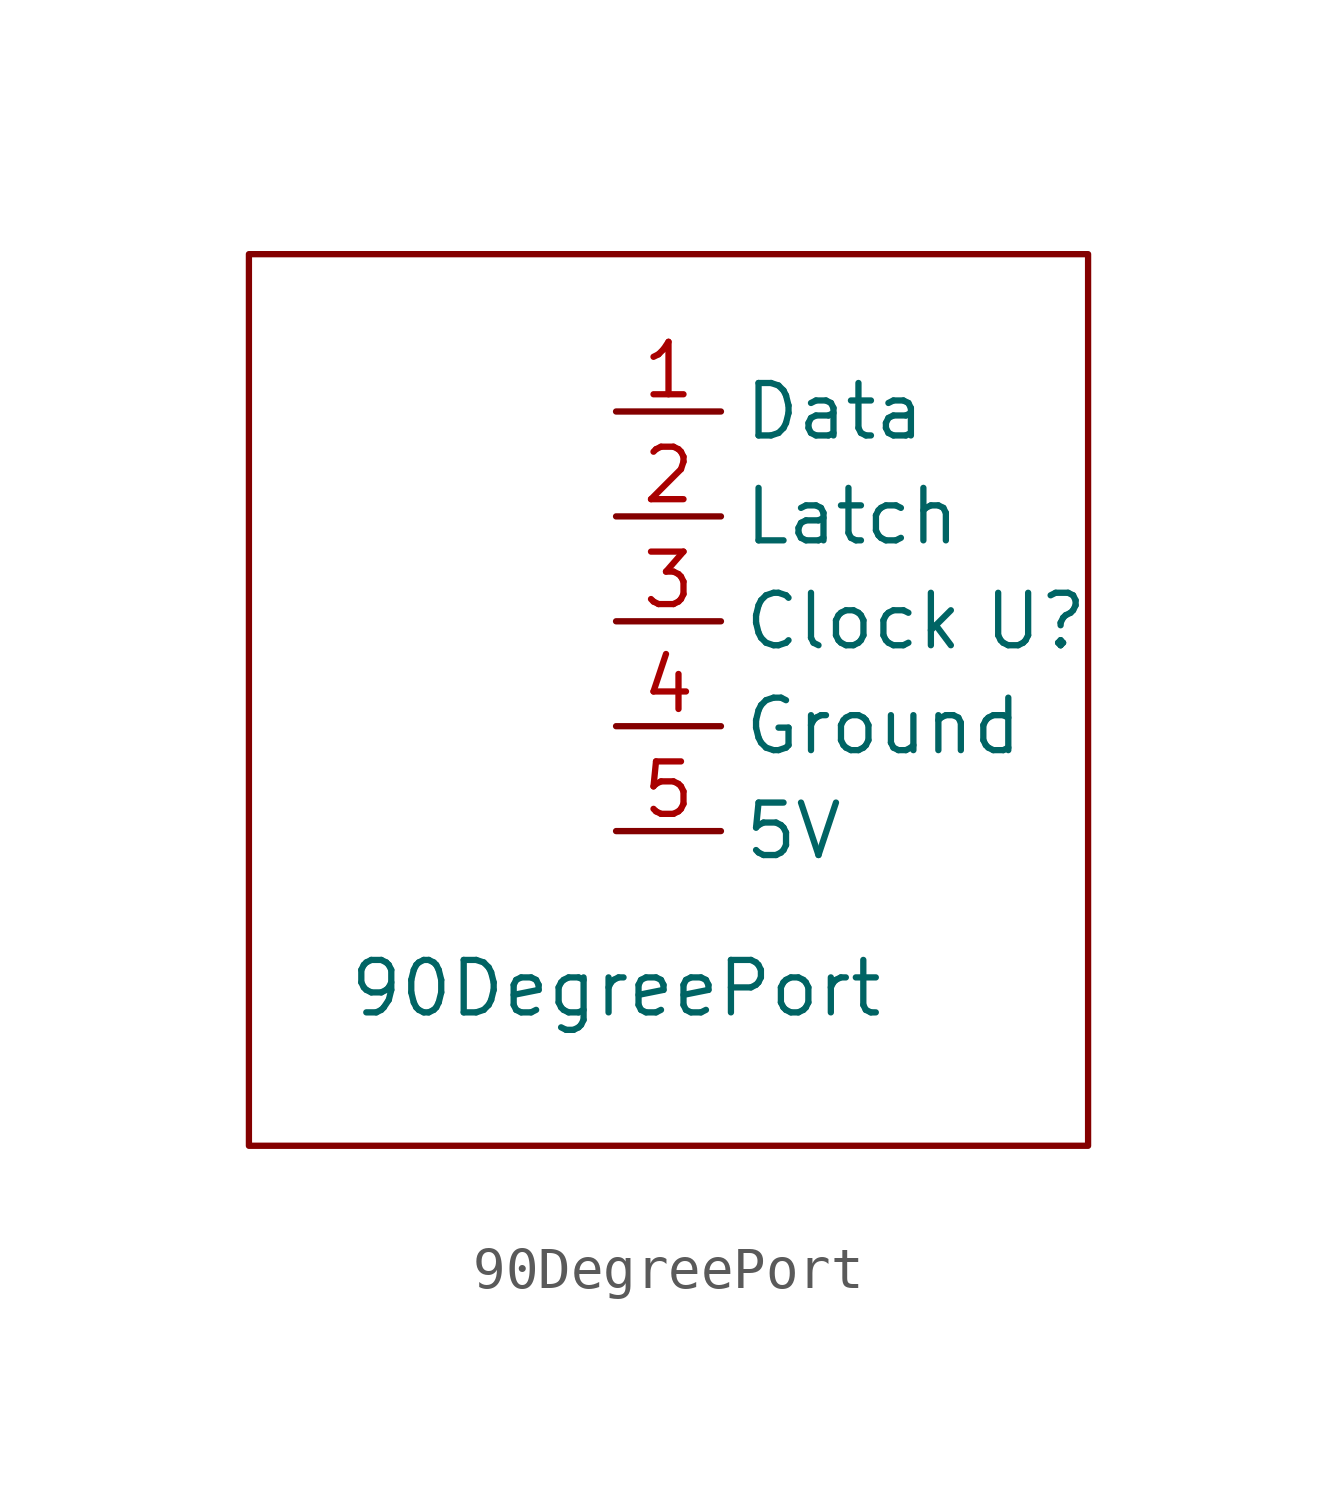
<source format=kicad_sym>
(kicad_symbol_lib
  (version 20211014)
  (generator kicad_symbol_editor)
  (symbol "90DegreePort"
    (property "Reference" "U"
      (at 0 0 0)
      (effects (font (size 1.27 1.27))))
    (property "Value" "90DegreePort"
      (at -10.16 -8.89 0)
      (effects (font (size 1.27 1.27))))
    (symbol "90DegreePort_0_1"
      (rectangle (start -19.05 8.89) (end 1.27 -12.7) (stroke (width 0) (type default) (color 0 0 0 0)) (fill (type none))))
    (symbol "90DegreePort_1_1"
      (pin input line (at -10.16 5.08 0) (length 2.54) (name "Data" (effects (font (size 1.27 1.27)))) (number "1" (effects (font (size 1.27 1.27)))))
      (pin input line (at -10.16 2.54 0) (length 2.54) (name "Latch" (effects (font (size 1.27 1.27)))) (number "2" (effects (font (size 1.27 1.27)))))
      (pin input line (at -10.16 0 0) (length 2.54) (name "Clock" (effects (font (size 1.27 1.27)))) (number "3" (effects (font (size 1.27 1.27)))))
      (pin input line (at -10.16 -2.54 0) (length 2.54) (name "Ground" (effects (font (size 1.27 1.27)))) (number "4" (effects (font (size 1.27 1.27)))))
      (pin input line (at -10.16 -5.08 0) (length 2.54) (name "5V" (effects (font (size 1.27 1.27)))) (number "5" (effects (font (size 1.27 1.27))))))))
</source>
